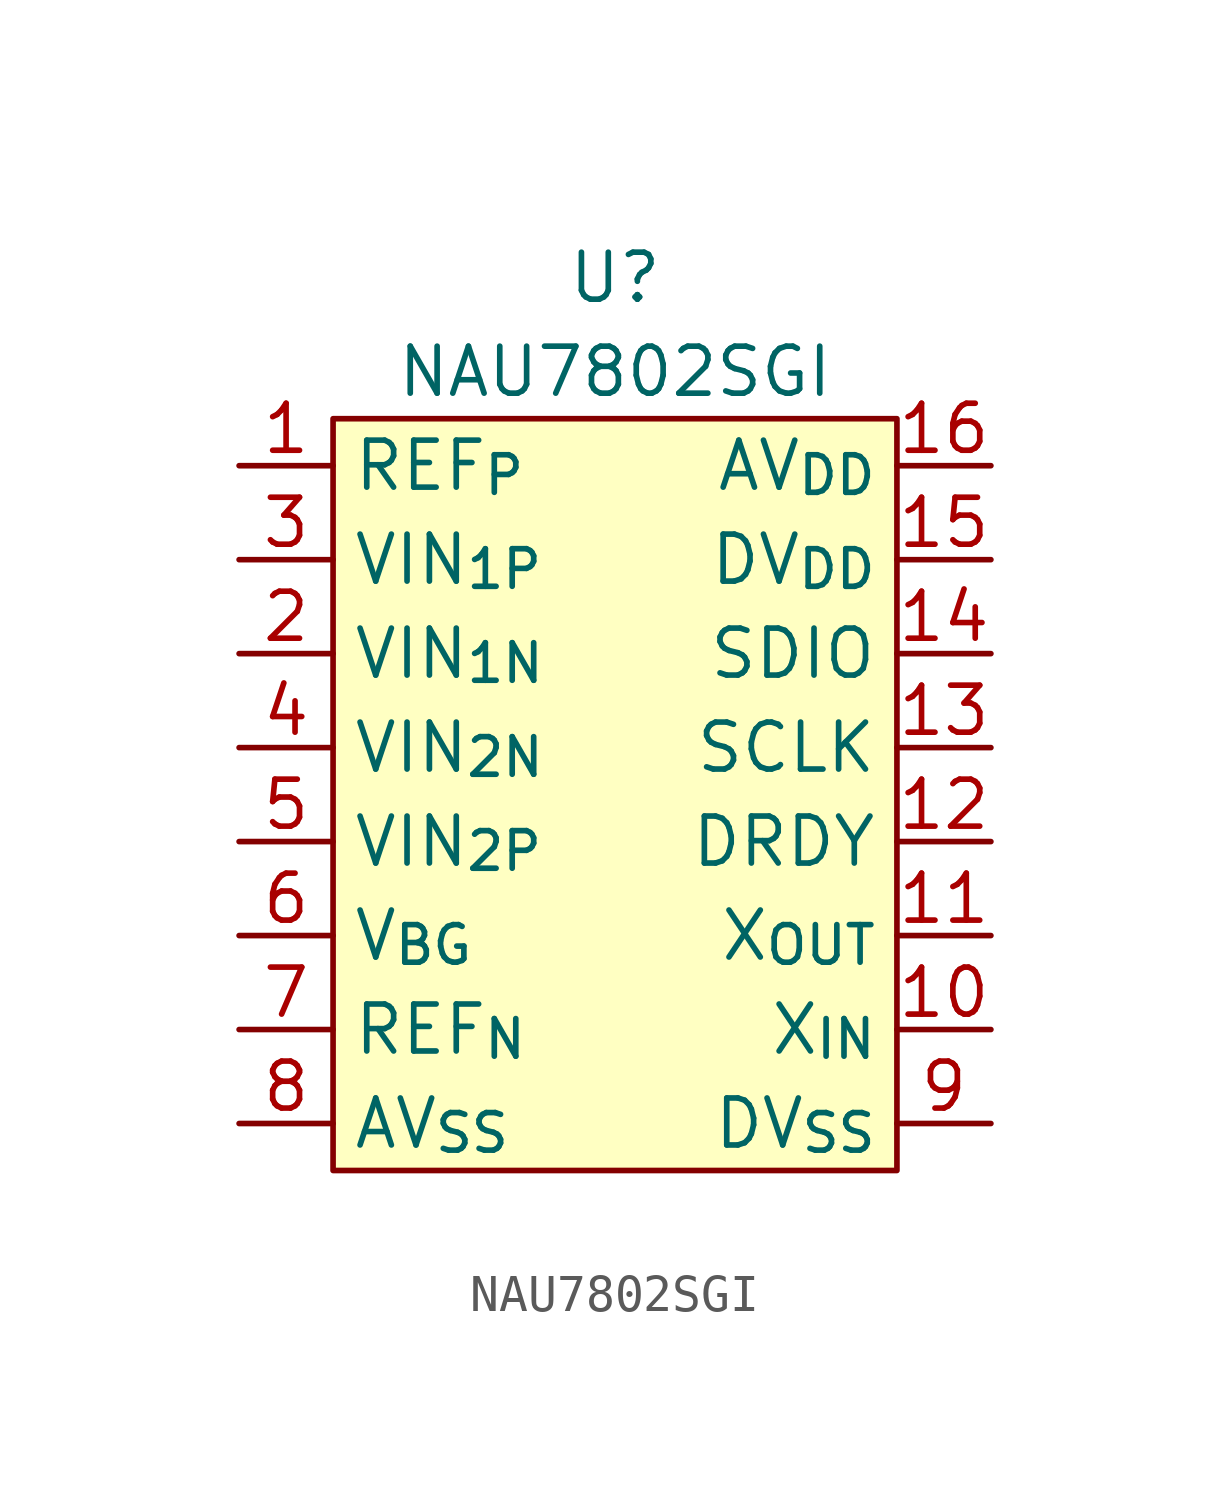
<source format=kicad_sym>
(kicad_symbol_lib
  (version 20211014)
  (generator kicad_symbol_editor)
  (symbol "NAU7802SGI"
    (property "Reference" "U"
      (at 0 13.97 0)
      (effects (font (size 1.27 1.27))))
    (property "Value" "NAU7802SGI"
      (at 0 11.43 0)
      (effects (font (size 1.27 1.27))))
    (symbol "NAU7802SGI_0_1"
      (rectangle (start 7.62 10.16) (end -7.62 -10.16) (stroke (width 0) (type default) (color 0 0 0 0)) (fill (type background))))
    (symbol "NAU7802SGI_1_1"
      (pin input line (at -10.16 8.89 0) (length 2.54) (name "REF_{P}" (effects (font (size 1.27 1.27)))) (number "1" (effects (font (size 1.27 1.27)))))
      (pin input line (at 10.16 -6.35 180) (length 2.54) (name "X_{IN}" (effects (font (size 1.27 1.27)))) (number "10" (effects (font (size 1.27 1.27)))))
      (pin output line (at 10.16 -3.81 180) (length 2.54) (name "X_{OUT}" (effects (font (size 1.27 1.27)))) (number "11" (effects (font (size 1.27 1.27)))))
      (pin output line (at 10.16 -1.27 180) (length 2.54) (name "DRDY" (effects (font (size 1.27 1.27)))) (number "12" (effects (font (size 1.27 1.27)))))
      (pin input line (at 10.16 1.27 180) (length 2.54) (name "SCLK" (effects (font (size 1.27 1.27)))) (number "13" (effects (font (size 1.27 1.27)))))
      (pin bidirectional line (at 10.16 3.81 180) (length 2.54) (name "SDIO" (effects (font (size 1.27 1.27)))) (number "14" (effects (font (size 1.27 1.27)))))
      (pin power_in line (at 10.16 6.35 180) (length 2.54) (name "DV_{DD}" (effects (font (size 1.27 1.27)))) (number "15" (effects (font (size 1.27 1.27)))))
      (pin power_in line (at 10.16 8.89 180) (length 2.54) (name "AV_{DD}" (effects (font (size 1.27 1.27)))) (number "16" (effects (font (size 1.27 1.27)))))
      (pin input line (at -10.16 3.81 0) (length 2.54) (name "VIN_{1N}" (effects (font (size 1.27 1.27)))) (number "2" (effects (font (size 1.27 1.27)))))
      (pin input line (at -10.16 6.35 0) (length 2.54) (name "VIN_{1P}" (effects (font (size 1.27 1.27)))) (number "3" (effects (font (size 1.27 1.27)))))
      (pin input line (at -10.16 1.27 0) (length 2.54) (name "VIN_{2N}" (effects (font (size 1.27 1.27)))) (number "4" (effects (font (size 1.27 1.27)))))
      (pin input line (at -10.16 -1.27 0) (length 2.54) (name "VIN_{2P}" (effects (font (size 1.27 1.27)))) (number "5" (effects (font (size 1.27 1.27)))))
      (pin unspecified line (at -10.16 -3.81 0) (length 2.54) (name "V_{BG}" (effects (font (size 1.27 1.27)))) (number "6" (effects (font (size 1.27 1.27)))))
      (pin input line (at -10.16 -6.35 0) (length 2.54) (name "REF_{N}" (effects (font (size 1.27 1.27)))) (number "7" (effects (font (size 1.27 1.27)))))
      (pin power_in line (at -10.16 -8.89 0) (length 2.54) (name "AV_{SS}" (effects (font (size 1.27 1.27)))) (number "8" (effects (font (size 1.27 1.27)))))
      (pin power_in line (at 10.16 -8.89 180) (length 2.54) (name "DV_{SS}" (effects (font (size 1.27 1.27)))) (number "9" (effects (font (size 1.27 1.27))))))))
</source>
